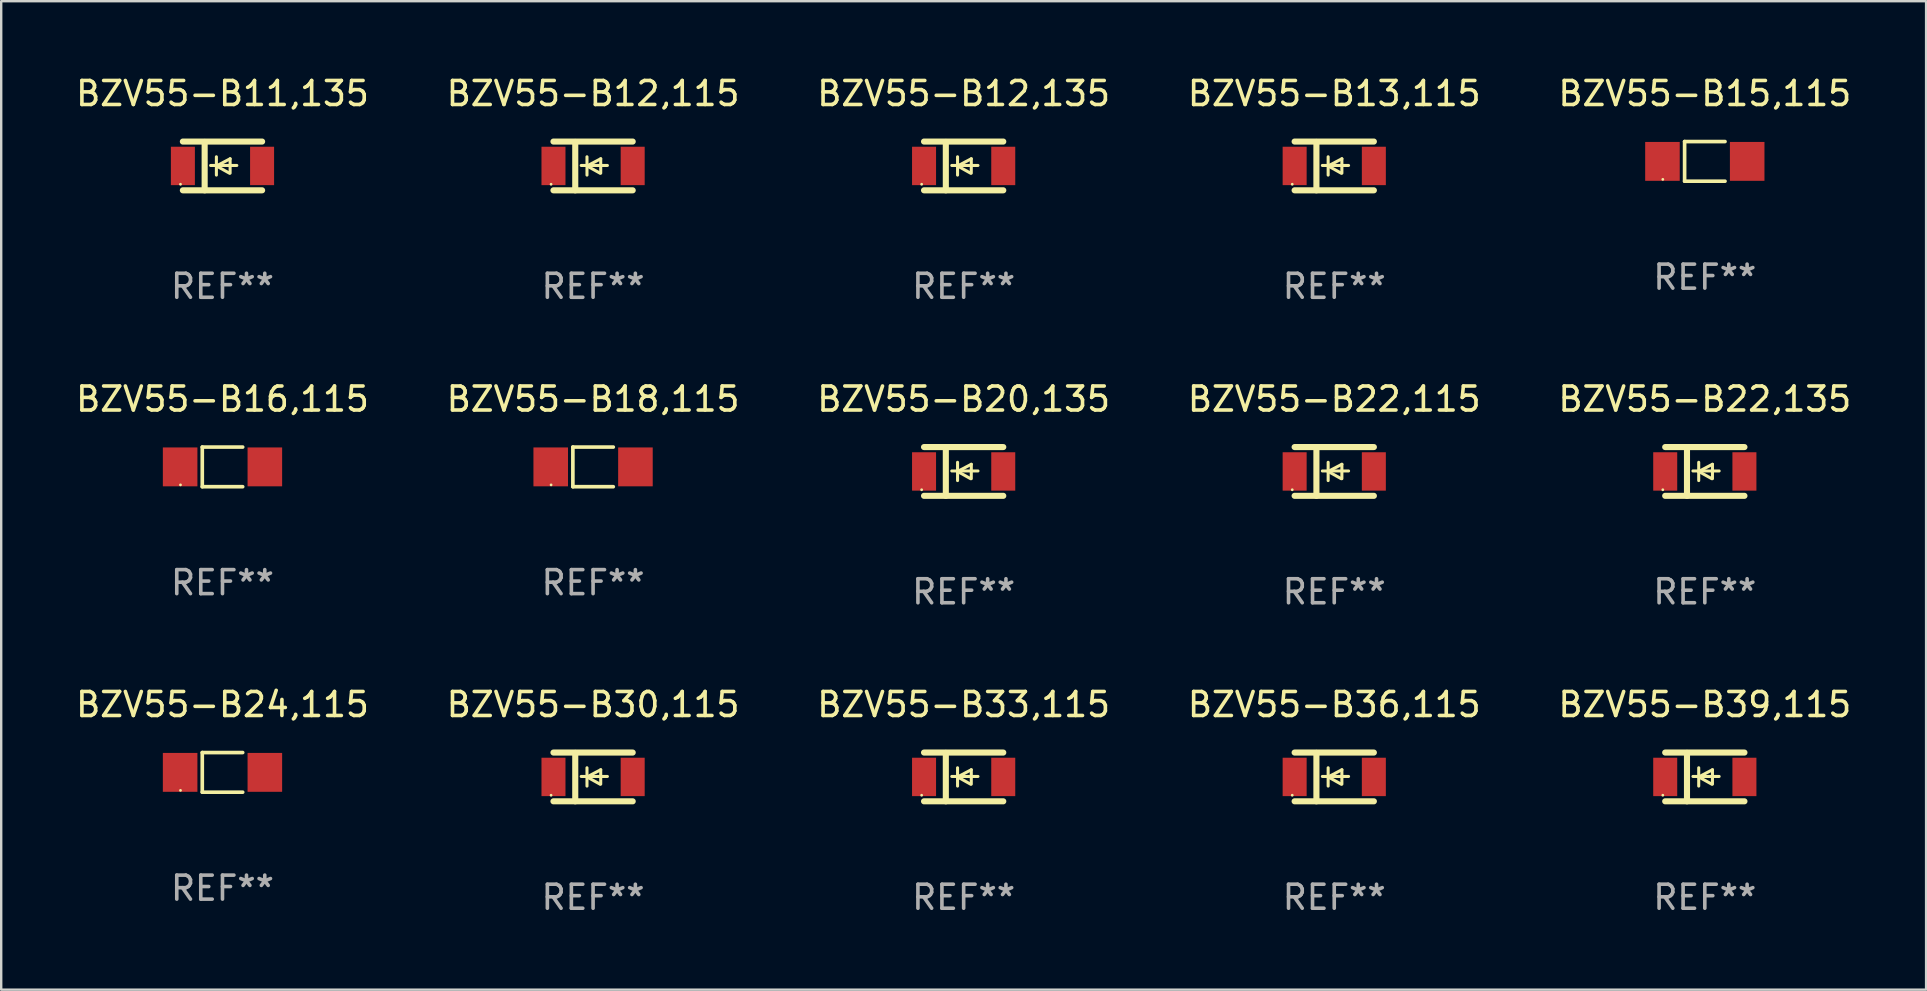
<source format=kicad_pcb>
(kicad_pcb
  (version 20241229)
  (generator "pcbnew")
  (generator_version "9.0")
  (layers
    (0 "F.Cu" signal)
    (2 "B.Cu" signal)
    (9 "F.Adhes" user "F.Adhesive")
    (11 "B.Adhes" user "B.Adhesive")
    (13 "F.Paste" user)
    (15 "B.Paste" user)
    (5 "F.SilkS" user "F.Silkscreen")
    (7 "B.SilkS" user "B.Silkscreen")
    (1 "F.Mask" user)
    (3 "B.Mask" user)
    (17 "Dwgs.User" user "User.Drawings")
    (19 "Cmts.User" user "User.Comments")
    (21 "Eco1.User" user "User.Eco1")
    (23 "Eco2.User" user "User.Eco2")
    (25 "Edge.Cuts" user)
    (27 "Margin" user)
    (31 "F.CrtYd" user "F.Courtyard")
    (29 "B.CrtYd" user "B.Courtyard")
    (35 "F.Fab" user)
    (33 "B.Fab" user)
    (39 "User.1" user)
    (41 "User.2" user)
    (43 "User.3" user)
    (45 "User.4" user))
  (footprint "BZV55-B22,115"
    (layer "F.Cu")
    (at 52.542 16.593)
    (property "Reference" "BZV55-B22,115" (at 0 -3.016 0) (layer "F.SilkS") (effects (font (size 1 1) (thickness 0.15))))
    (attr through_hole)
    (fp_line (start -1.651 -1.016) (end 1.651 -1.016) (stroke (width 0.254) (type solid)) (layer "F.SilkS"))
    (fp_line (start -1.651 1.016) (end 1.651 1.016) (stroke (width 0.254) (type solid)) (layer "F.SilkS"))
    (fp_line (start -0.743 -1) (end -0.743 1.016) (stroke (width 0.254) (type solid)) (layer "F.SilkS"))
    (fp_line (start -0.495 -0.02) (end 0.597 -0.02) (stroke (width 0.127) (type solid)) (layer "F.SilkS"))
    (fp_line (start -0.254 0) (end -0.254 -0.381) (stroke (width 0.127) (type solid)) (layer "F.SilkS"))
    (fp_line (start -0.254 0) (end -0.254 0.381) (stroke (width 0.127) (type solid)) (layer "F.SilkS"))
    (fp_line (start 0.288 0.301) (end -0.254 0) (stroke (width 0.127) (type solid)) (layer "F.SilkS"))
    (fp_line (start 0.318 -0.299) (end -0.254 0) (stroke (width 0.127) (type solid)) (layer "F.SilkS"))
    (fp_line (start 0.318 -0.299) (end 0.318 0.301) (stroke (width 0.127) (type solid)) (layer "F.SilkS"))
    (fp_circle (center -1.75 0.763) (end -1.72 0.763) (stroke (width 0.06) (type solid)) (fill no) (layer "F.SilkS"))
    (fp_text user "REF**" (at 0 5.016 0) (layer "F.Fab") (effects (font (size 1 1) (thickness 0.15))))
    (pad "1" smd rect (at -1.65 0 90) (size 1.6 1) (layers "F.Cu" "F.Mask" "F.Paste"))
    (pad "2" smd rect (at 1.65 0 90) (size 1.6 1) (layers "F.Cu" "F.Mask" "F.Paste")))
  (footprint "BZV55-B12,115"
    (layer "F.Cu")
    (at 21.661 3.864)
    (property "Reference" "BZV55-B12,115" (at 0 -3.016 0) (layer "F.SilkS") (effects (font (size 1 1) (thickness 0.15))))
    (attr through_hole)
    (fp_line (start -1.651 -1.016) (end 1.651 -1.016) (stroke (width 0.254) (type solid)) (layer "F.SilkS"))
    (fp_line (start -1.651 1.016) (end 1.651 1.016) (stroke (width 0.254) (type solid)) (layer "F.SilkS"))
    (fp_line (start -0.743 -1) (end -0.743 1.016) (stroke (width 0.254) (type solid)) (layer "F.SilkS"))
    (fp_line (start -0.495 -0.02) (end 0.597 -0.02) (stroke (width 0.127) (type solid)) (layer "F.SilkS"))
    (fp_line (start -0.254 0) (end -0.254 -0.381) (stroke (width 0.127) (type solid)) (layer "F.SilkS"))
    (fp_line (start -0.254 0) (end -0.254 0.381) (stroke (width 0.127) (type solid)) (layer "F.SilkS"))
    (fp_line (start 0.288 0.301) (end -0.254 0) (stroke (width 0.127) (type solid)) (layer "F.SilkS"))
    (fp_line (start 0.318 -0.299) (end -0.254 0) (stroke (width 0.127) (type solid)) (layer "F.SilkS"))
    (fp_line (start 0.318 -0.299) (end 0.318 0.301) (stroke (width 0.127) (type solid)) (layer "F.SilkS"))
    (fp_circle (center -1.75 0.763) (end -1.72 0.763) (stroke (width 0.06) (type solid)) (fill no) (layer "F.SilkS"))
    (fp_text user "REF**" (at 0 5.016 0) (layer "F.Fab") (effects (font (size 1 1) (thickness 0.15))))
    (pad "1" smd rect (at -1.65 0 90) (size 1.6 1) (layers "F.Cu" "F.Mask" "F.Paste"))
    (pad "2" smd rect (at 1.65 0 90) (size 1.6 1) (layers "F.Cu" "F.Mask" "F.Paste")))
  (footprint "BZV55-B13,115"
    (layer "F.Cu")
    (at 52.542 3.864)
    (property "Reference" "BZV55-B13,115" (at 0 -3.016 0) (layer "F.SilkS") (effects (font (size 1 1) (thickness 0.15))))
    (attr through_hole)
    (fp_line (start -1.651 -1.016) (end 1.651 -1.016) (stroke (width 0.254) (type solid)) (layer "F.SilkS"))
    (fp_line (start -1.651 1.016) (end 1.651 1.016) (stroke (width 0.254) (type solid)) (layer "F.SilkS"))
    (fp_line (start -0.743 -1) (end -0.743 1.016) (stroke (width 0.254) (type solid)) (layer "F.SilkS"))
    (fp_line (start -0.495 -0.02) (end 0.597 -0.02) (stroke (width 0.127) (type solid)) (layer "F.SilkS"))
    (fp_line (start -0.254 0) (end -0.254 -0.381) (stroke (width 0.127) (type solid)) (layer "F.SilkS"))
    (fp_line (start -0.254 0) (end -0.254 0.381) (stroke (width 0.127) (type solid)) (layer "F.SilkS"))
    (fp_line (start 0.288 0.301) (end -0.254 0) (stroke (width 0.127) (type solid)) (layer "F.SilkS"))
    (fp_line (start 0.318 -0.299) (end -0.254 0) (stroke (width 0.127) (type solid)) (layer "F.SilkS"))
    (fp_line (start 0.318 -0.299) (end 0.318 0.301) (stroke (width 0.127) (type solid)) (layer "F.SilkS"))
    (fp_circle (center -1.75 0.763) (end -1.72 0.763) (stroke (width 0.06) (type solid)) (fill no) (layer "F.SilkS"))
    (fp_text user "REF**" (at 0 5.016 0) (layer "F.Fab") (effects (font (size 1 1) (thickness 0.15))))
    (pad "1" smd rect (at -1.65 0.000025 90) (size 1.6 1) (layers "F.Cu" "F.Mask" "F.Paste"))
    (pad "2" smd rect (at 1.65 0.000025 90) (size 1.6 1) (layers "F.Cu" "F.Mask" "F.Paste")))
  (footprint "BZV55-B20,135"
    (layer "F.Cu")
    (at 37.101 16.593)
    (property "Reference" "BZV55-B20,135" (at 0 -3.016 0) (layer "F.SilkS") (effects (font (size 1 1) (thickness 0.15))))
    (attr through_hole)
    (fp_line (start -1.651 -1.016) (end 1.651 -1.016) (stroke (width 0.254) (type solid)) (layer "F.SilkS"))
    (fp_line (start -1.651 1.016) (end 1.651 1.016) (stroke (width 0.254) (type solid)) (layer "F.SilkS"))
    (fp_line (start -0.743 -1) (end -0.743 1.016) (stroke (width 0.254) (type solid)) (layer "F.SilkS"))
    (fp_line (start -0.495 -0.02) (end 0.597 -0.02) (stroke (width 0.127) (type solid)) (layer "F.SilkS"))
    (fp_line (start -0.254 0) (end -0.254 -0.381) (stroke (width 0.127) (type solid)) (layer "F.SilkS"))
    (fp_line (start -0.254 0) (end -0.254 0.381) (stroke (width 0.127) (type solid)) (layer "F.SilkS"))
    (fp_line (start 0.288 0.301) (end -0.254 0) (stroke (width 0.127) (type solid)) (layer "F.SilkS"))
    (fp_line (start 0.318 -0.299) (end -0.254 0) (stroke (width 0.127) (type solid)) (layer "F.SilkS"))
    (fp_line (start 0.318 -0.299) (end 0.318 0.301) (stroke (width 0.127) (type solid)) (layer "F.SilkS"))
    (fp_circle (center -1.75 0.763) (end -1.72 0.763) (stroke (width 0.06) (type solid)) (fill no) (layer "F.SilkS"))
    (fp_text user "REF**" (at 0 5.016 0) (layer "F.Fab") (effects (font (size 1 1) (thickness 0.15))))
    (pad "1" smd rect (at -1.65 0 90) (size 1.6 1) (layers "F.Cu" "F.Mask" "F.Paste"))
    (pad "2" smd rect (at 1.65 0 90) (size 1.6 1) (layers "F.Cu" "F.Mask" "F.Paste")))
  (footprint "BZV55-B15,115"
    (layer "F.Cu")
    (at 67.982 3.674)
    (property "Reference" "BZV55-B15,115" (at 0 -2.826 0) (layer "F.SilkS") (effects (font (size 1 1) (thickness 0.15))))
    (attr through_hole)
    (fp_line (start -0.842 -0.826) (end -0.842 0.826) (stroke (width 0.152) (type solid)) (layer "F.SilkS"))
    (fp_line (start -0.842 -0.826) (end 0.842 -0.826) (stroke (width 0.152) (type solid)) (layer "F.SilkS"))
    (fp_line (start -0.842 0.826) (end 0.842 0.826) (stroke (width 0.152) (type solid)) (layer "F.SilkS"))
    (fp_circle (center -1.75 0.75) (end -1.72 0.75) (stroke (width 0.06) (type solid)) (fill no) (layer "F.SilkS"))
    (fp_text user "REF**" (at 0 4.826 0) (layer "F.Fab") (effects (font (size 1 1) (thickness 0.15))))
    (pad "1" smd rect (at -1.765 0) (size 1.44 1.62) (layers "F.Cu" "F.Mask" "F.Paste"))
    (pad "2" smd rect (at 1.765 0) (size 1.44 1.62) (layers "F.Cu" "F.Mask" "F.Paste")))
  (footprint "BZV55-B24,115"
    (layer "F.Cu")
    (at 6.22 29.131)
    (property "Reference" "BZV55-B24,115" (at 0 -2.826 0) (layer "F.SilkS") (effects (font (size 1 1) (thickness 0.15))))
    (attr through_hole)
    (fp_line (start -0.842 -0.826) (end -0.842 0.826) (stroke (width 0.152) (type solid)) (layer "F.SilkS"))
    (fp_line (start -0.842 -0.826) (end 0.842 -0.826) (stroke (width 0.152) (type solid)) (layer "F.SilkS"))
    (fp_line (start -0.842 0.826) (end 0.842 0.826) (stroke (width 0.152) (type solid)) (layer "F.SilkS"))
    (fp_circle (center -1.75 0.75) (end -1.72 0.75) (stroke (width 0.06) (type solid)) (fill no) (layer "F.SilkS"))
    (fp_text user "REF**" (at 0 4.826 0) (layer "F.Fab") (effects (font (size 1 1) (thickness 0.15))))
    (pad "1" smd rect (at -1.765 0) (size 1.44 1.62) (layers "F.Cu" "F.Mask" "F.Paste"))
    (pad "2" smd rect (at 1.765 0) (size 1.44 1.62) (layers "F.Cu" "F.Mask" "F.Paste")))
  (footprint "BZV55-B11,135"
    (layer "F.Cu")
    (at 6.22 3.864)
    (property "Reference" "BZV55-B11,135" (at 0 -3.016 0) (layer "F.SilkS") (effects (font (size 1 1) (thickness 0.15))))
    (attr through_hole)
    (fp_line (start -1.651 -1.016) (end 1.651 -1.016) (stroke (width 0.254) (type solid)) (layer "F.SilkS"))
    (fp_line (start -1.651 1.016) (end 1.651 1.016) (stroke (width 0.254) (type solid)) (layer "F.SilkS"))
    (fp_line (start -0.743 -1) (end -0.743 1.016) (stroke (width 0.254) (type solid)) (layer "F.SilkS"))
    (fp_line (start -0.495 -0.02) (end 0.597 -0.02) (stroke (width 0.127) (type solid)) (layer "F.SilkS"))
    (fp_line (start -0.254 0) (end -0.254 -0.381) (stroke (width 0.127) (type solid)) (layer "F.SilkS"))
    (fp_line (start -0.254 0) (end -0.254 0.381) (stroke (width 0.127) (type solid)) (layer "F.SilkS"))
    (fp_line (start 0.288 0.301) (end -0.254 0) (stroke (width 0.127) (type solid)) (layer "F.SilkS"))
    (fp_line (start 0.318 -0.299) (end -0.254 0) (stroke (width 0.127) (type solid)) (layer "F.SilkS"))
    (fp_line (start 0.318 -0.299) (end 0.318 0.301) (stroke (width 0.127) (type solid)) (layer "F.SilkS"))
    (fp_circle (center -1.75 0.763) (end -1.72 0.763) (stroke (width 0.06) (type solid)) (fill no) (layer "F.SilkS"))
    (fp_text user "REF**" (at 0 5.016 0) (layer "F.Fab") (effects (font (size 1 1) (thickness 0.15))))
    (pad "1" smd rect (at -1.65 0 90) (size 1.6 1) (layers "F.Cu" "F.Mask" "F.Paste"))
    (pad "2" smd rect (at 1.65 0 90) (size 1.6 1) (layers "F.Cu" "F.Mask" "F.Paste")))
  (footprint "BZV55-B12,135"
    (layer "F.Cu")
    (at 37.101 3.864)
    (property "Reference" "BZV55-B12,135" (at 0 -3.016 0) (layer "F.SilkS") (effects (font (size 1 1) (thickness 0.15))))
    (attr through_hole)
    (fp_line (start -1.651 -1.016) (end 1.651 -1.016) (stroke (width 0.254) (type solid)) (layer "F.SilkS"))
    (fp_line (start -1.651 1.016) (end 1.651 1.016) (stroke (width 0.254) (type solid)) (layer "F.SilkS"))
    (fp_line (start -0.743 -1) (end -0.743 1.016) (stroke (width 0.254) (type solid)) (layer "F.SilkS"))
    (fp_line (start -0.495 -0.02) (end 0.597 -0.02) (stroke (width 0.127) (type solid)) (layer "F.SilkS"))
    (fp_line (start -0.254 0) (end -0.254 -0.381) (stroke (width 0.127) (type solid)) (layer "F.SilkS"))
    (fp_line (start -0.254 0) (end -0.254 0.381) (stroke (width 0.127) (type solid)) (layer "F.SilkS"))
    (fp_line (start 0.288 0.301) (end -0.254 0) (stroke (width 0.127) (type solid)) (layer "F.SilkS"))
    (fp_line (start 0.318 -0.299) (end -0.254 0) (stroke (width 0.127) (type solid)) (layer "F.SilkS"))
    (fp_line (start 0.318 -0.299) (end 0.318 0.301) (stroke (width 0.127) (type solid)) (layer "F.SilkS"))
    (fp_circle (center -1.75 0.763) (end -1.72 0.763) (stroke (width 0.06) (type solid)) (fill no) (layer "F.SilkS"))
    (fp_text user "REF**" (at 0 5.016 0) (layer "F.Fab") (effects (font (size 1 1) (thickness 0.15))))
    (pad "1" smd rect (at -1.65 0 90) (size 1.6 1) (layers "F.Cu" "F.Mask" "F.Paste"))
    (pad "2" smd rect (at 1.65 0 90) (size 1.6 1) (layers "F.Cu" "F.Mask" "F.Paste")))
  (footprint "BZV55-B39,115"
    (layer "F.Cu")
    (at 67.982 29.321)
    (property "Reference" "BZV55-B39,115" (at 0 -3.016 0) (layer "F.SilkS") (effects (font (size 1 1) (thickness 0.15))))
    (attr through_hole)
    (fp_line (start -1.651 -1.016) (end 1.651 -1.016) (stroke (width 0.254) (type solid)) (layer "F.SilkS"))
    (fp_line (start -1.651 1.016) (end 1.651 1.016) (stroke (width 0.254) (type solid)) (layer "F.SilkS"))
    (fp_line (start -0.743 -1) (end -0.743 1.016) (stroke (width 0.254) (type solid)) (layer "F.SilkS"))
    (fp_line (start -0.495 -0.02) (end 0.597 -0.02) (stroke (width 0.127) (type solid)) (layer "F.SilkS"))
    (fp_line (start -0.254 0) (end -0.254 -0.381) (stroke (width 0.127) (type solid)) (layer "F.SilkS"))
    (fp_line (start -0.254 0) (end -0.254 0.381) (stroke (width 0.127) (type solid)) (layer "F.SilkS"))
    (fp_line (start 0.288 0.301) (end -0.254 0) (stroke (width 0.127) (type solid)) (layer "F.SilkS"))
    (fp_line (start 0.318 -0.299) (end -0.254 0) (stroke (width 0.127) (type solid)) (layer "F.SilkS"))
    (fp_line (start 0.318 -0.299) (end 0.318 0.301) (stroke (width 0.127) (type solid)) (layer "F.SilkS"))
    (fp_circle (center -1.75 0.763) (end -1.72 0.763) (stroke (width 0.06) (type solid)) (fill no) (layer "F.SilkS"))
    (fp_text user "REF**" (at 0 5.016 0) (layer "F.Fab") (effects (font (size 1 1) (thickness 0.15))))
    (pad "1" smd rect (at -1.65 0 90) (size 1.6 1) (layers "F.Cu" "F.Mask" "F.Paste"))
    (pad "2" smd rect (at 1.65 0 90) (size 1.6 1) (layers "F.Cu" "F.Mask" "F.Paste")))
  (footprint "BZV55-B18,115"
    (layer "F.Cu")
    (at 21.661 16.403)
    (property "Reference" "BZV55-B18,115" (at 0 -2.826 0) (layer "F.SilkS") (effects (font (size 1 1) (thickness 0.15))))
    (attr through_hole)
    (fp_line (start -0.842 -0.826) (end -0.842 0.826) (stroke (width 0.152) (type solid)) (layer "F.SilkS"))
    (fp_line (start -0.842 -0.826) (end 0.842 -0.826) (stroke (width 0.152) (type solid)) (layer "F.SilkS"))
    (fp_line (start -0.842 0.826) (end 0.842 0.826) (stroke (width 0.152) (type solid)) (layer "F.SilkS"))
    (fp_circle (center -1.75 0.75) (end -1.72 0.75) (stroke (width 0.06) (type solid)) (fill no) (layer "F.SilkS"))
    (fp_text user "REF**" (at 0 4.826 0) (layer "F.Fab") (effects (font (size 1 1) (thickness 0.15))))
    (pad "1" smd rect (at -1.765 0) (size 1.44 1.62) (layers "F.Cu" "F.Mask" "F.Paste"))
    (pad "2" smd rect (at 1.765 0) (size 1.44 1.62) (layers "F.Cu" "F.Mask" "F.Paste")))
  (footprint "BZV55-B36,115"
    (layer "F.Cu")
    (at 52.542 29.321)
    (property "Reference" "BZV55-B36,115" (at 0 -3.016 0) (layer "F.SilkS") (effects (font (size 1 1) (thickness 0.15))))
    (attr through_hole)
    (fp_line (start -1.651 -1.016) (end 1.651 -1.016) (stroke (width 0.254) (type solid)) (layer "F.SilkS"))
    (fp_line (start -1.651 1.016) (end 1.651 1.016) (stroke (width 0.254) (type solid)) (layer "F.SilkS"))
    (fp_line (start -0.743 -1) (end -0.743 1.016) (stroke (width 0.254) (type solid)) (layer "F.SilkS"))
    (fp_line (start -0.495 -0.02) (end 0.597 -0.02) (stroke (width 0.127) (type solid)) (layer "F.SilkS"))
    (fp_line (start -0.254 0) (end -0.254 -0.381) (stroke (width 0.127) (type solid)) (layer "F.SilkS"))
    (fp_line (start -0.254 0) (end -0.254 0.381) (stroke (width 0.127) (type solid)) (layer "F.SilkS"))
    (fp_line (start 0.288 0.301) (end -0.254 0) (stroke (width 0.127) (type solid)) (layer "F.SilkS"))
    (fp_line (start 0.318 -0.299) (end -0.254 0) (stroke (width 0.127) (type solid)) (layer "F.SilkS"))
    (fp_line (start 0.318 -0.299) (end 0.318 0.301) (stroke (width 0.127) (type solid)) (layer "F.SilkS"))
    (fp_circle (center -1.75 0.763) (end -1.72 0.763) (stroke (width 0.06) (type solid)) (fill no) (layer "F.SilkS"))
    (fp_text user "REF**" (at 0 5.016 0) (layer "F.Fab") (effects (font (size 1 1) (thickness 0.15))))
    (pad "1" smd rect (at -1.65 0 90) (size 1.6 1) (layers "F.Cu" "F.Mask" "F.Paste"))
    (pad "2" smd rect (at 1.65 0 90) (size 1.6 1) (layers "F.Cu" "F.Mask" "F.Paste")))
  (footprint "BZV55-B33,115"
    (layer "F.Cu")
    (at 37.101 29.321)
    (property "Reference" "BZV55-B33,115" (at 0 -3.016 0) (layer "F.SilkS") (effects (font (size 1 1) (thickness 0.15))))
    (attr through_hole)
    (fp_line (start -1.651 -1.016) (end 1.651 -1.016) (stroke (width 0.254) (type solid)) (layer "F.SilkS"))
    (fp_line (start -1.651 1.016) (end 1.651 1.016) (stroke (width 0.254) (type solid)) (layer "F.SilkS"))
    (fp_line (start -0.743 -1) (end -0.743 1.016) (stroke (width 0.254) (type solid)) (layer "F.SilkS"))
    (fp_line (start -0.495 -0.02) (end 0.597 -0.02) (stroke (width 0.127) (type solid)) (layer "F.SilkS"))
    (fp_line (start -0.254 0) (end -0.254 -0.381) (stroke (width 0.127) (type solid)) (layer "F.SilkS"))
    (fp_line (start -0.254 0) (end -0.254 0.381) (stroke (width 0.127) (type solid)) (layer "F.SilkS"))
    (fp_line (start 0.288 0.301) (end -0.254 0) (stroke (width 0.127) (type solid)) (layer "F.SilkS"))
    (fp_line (start 0.318 -0.299) (end -0.254 0) (stroke (width 0.127) (type solid)) (layer "F.SilkS"))
    (fp_line (start 0.318 -0.299) (end 0.318 0.301) (stroke (width 0.127) (type solid)) (layer "F.SilkS"))
    (fp_circle (center -1.75 0.763) (end -1.72 0.763) (stroke (width 0.06) (type solid)) (fill no) (layer "F.SilkS"))
    (fp_text user "REF**" (at 0 5.016 0) (layer "F.Fab") (effects (font (size 1 1) (thickness 0.15))))
    (pad "1" smd rect (at -1.65 0 90) (size 1.6 1) (layers "F.Cu" "F.Mask" "F.Paste"))
    (pad "2" smd rect (at 1.65 0 90) (size 1.6 1) (layers "F.Cu" "F.Mask" "F.Paste")))
  (footprint "BZV55-B22,135"
    (layer "F.Cu")
    (at 67.982 16.593)
    (property "Reference" "BZV55-B22,135" (at 0 -3.016 0) (layer "F.SilkS") (effects (font (size 1 1) (thickness 0.15))))
    (attr through_hole)
    (fp_line (start -1.651 -1.016) (end 1.651 -1.016) (stroke (width 0.254) (type solid)) (layer "F.SilkS"))
    (fp_line (start -1.651 1.016) (end 1.651 1.016) (stroke (width 0.254) (type solid)) (layer "F.SilkS"))
    (fp_line (start -0.743 -1) (end -0.743 1.016) (stroke (width 0.254) (type solid)) (layer "F.SilkS"))
    (fp_line (start -0.495 -0.02) (end 0.597 -0.02) (stroke (width 0.127) (type solid)) (layer "F.SilkS"))
    (fp_line (start -0.254 0) (end -0.254 -0.381) (stroke (width 0.127) (type solid)) (layer "F.SilkS"))
    (fp_line (start -0.254 0) (end -0.254 0.381) (stroke (width 0.127) (type solid)) (layer "F.SilkS"))
    (fp_line (start 0.288 0.301) (end -0.254 0) (stroke (width 0.127) (type solid)) (layer "F.SilkS"))
    (fp_line (start 0.318 -0.299) (end -0.254 0) (stroke (width 0.127) (type solid)) (layer "F.SilkS"))
    (fp_line (start 0.318 -0.299) (end 0.318 0.301) (stroke (width 0.127) (type solid)) (layer "F.SilkS"))
    (fp_circle (center -1.75 0.763) (end -1.72 0.763) (stroke (width 0.06) (type solid)) (fill no) (layer "F.SilkS"))
    (fp_text user "REF**" (at 0 5.016 0) (layer "F.Fab") (effects (font (size 1 1) (thickness 0.15))))
    (pad "1" smd rect (at -1.65 0 90) (size 1.6 1) (layers "F.Cu" "F.Mask" "F.Paste"))
    (pad "2" smd rect (at 1.65 0 90) (size 1.6 1) (layers "F.Cu" "F.Mask" "F.Paste")))
  (footprint "BZV55-B16,115"
    (layer "F.Cu")
    (at 6.22 16.403)
    (property "Reference" "BZV55-B16,115" (at 0 -2.826 0) (layer "F.SilkS") (effects (font (size 1 1) (thickness 0.15))))
    (attr through_hole)
    (fp_line (start -0.842 -0.826) (end -0.842 0.826) (stroke (width 0.152) (type solid)) (layer "F.SilkS"))
    (fp_line (start -0.842 -0.826) (end 0.842 -0.826) (stroke (width 0.152) (type solid)) (layer "F.SilkS"))
    (fp_line (start -0.842 0.826) (end 0.842 0.826) (stroke (width 0.152) (type solid)) (layer "F.SilkS"))
    (fp_circle (center -1.75 0.75) (end -1.72 0.75) (stroke (width 0.06) (type solid)) (fill no) (layer "F.SilkS"))
    (fp_text user "REF**" (at 0 4.826 0) (layer "F.Fab") (effects (font (size 1 1) (thickness 0.15))))
    (pad "1" smd rect (at -1.765 0) (size 1.44 1.62) (layers "F.Cu" "F.Mask" "F.Paste"))
    (pad "2" smd rect (at 1.765 0) (size 1.44 1.62) (layers "F.Cu" "F.Mask" "F.Paste")))
  (footprint "BZV55-B30,115"
    (layer "F.Cu")
    (at 21.661 29.321)
    (property "Reference" "BZV55-B30,115" (at 0 -3.016 0) (layer "F.SilkS") (effects (font (size 1 1) (thickness 0.15))))
    (attr through_hole)
    (fp_line (start -1.651 -1.016) (end 1.651 -1.016) (stroke (width 0.254) (type solid)) (layer "F.SilkS"))
    (fp_line (start -1.651 1.016) (end 1.651 1.016) (stroke (width 0.254) (type solid)) (layer "F.SilkS"))
    (fp_line (start -0.743 -1) (end -0.743 1.016) (stroke (width 0.254) (type solid)) (layer "F.SilkS"))
    (fp_line (start -0.495 -0.02) (end 0.597 -0.02) (stroke (width 0.127) (type solid)) (layer "F.SilkS"))
    (fp_line (start -0.254 0) (end -0.254 -0.381) (stroke (width 0.127) (type solid)) (layer "F.SilkS"))
    (fp_line (start -0.254 0) (end -0.254 0.381) (stroke (width 0.127) (type solid)) (layer "F.SilkS"))
    (fp_line (start 0.288 0.301) (end -0.254 0) (stroke (width 0.127) (type solid)) (layer "F.SilkS"))
    (fp_line (start 0.318 -0.299) (end -0.254 0) (stroke (width 0.127) (type solid)) (layer "F.SilkS"))
    (fp_line (start 0.318 -0.299) (end 0.318 0.301) (stroke (width 0.127) (type solid)) (layer "F.SilkS"))
    (fp_circle (center -1.75 0.763) (end -1.72 0.763) (stroke (width 0.06) (type solid)) (fill no) (layer "F.SilkS"))
    (fp_text user "REF**" (at 0 5.016 0) (layer "F.Fab") (effects (font (size 1 1) (thickness 0.15))))
    (pad "1" smd rect (at -1.65 0 90) (size 1.6 1) (layers "F.Cu" "F.Mask" "F.Paste"))
    (pad "2" smd rect (at 1.65 0 90) (size 1.6 1) (layers "F.Cu" "F.Mask" "F.Paste")))
  (gr_rect
    (start -3 -3)
    (end 77.202 38.186)
    (stroke (width 0.1) (type default))
    (fill no)
    (layer "Edge.Cuts")))
</source>
